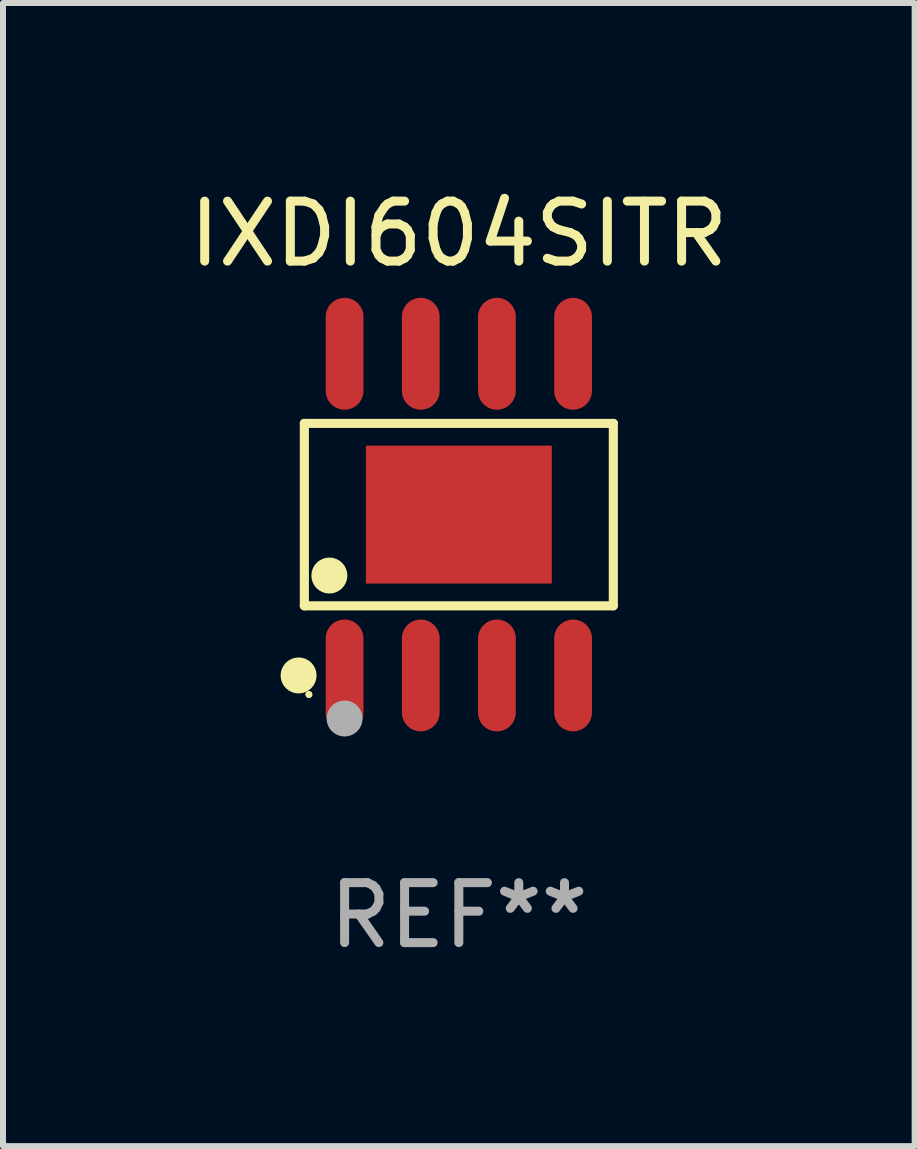
<source format=kicad_pcb>
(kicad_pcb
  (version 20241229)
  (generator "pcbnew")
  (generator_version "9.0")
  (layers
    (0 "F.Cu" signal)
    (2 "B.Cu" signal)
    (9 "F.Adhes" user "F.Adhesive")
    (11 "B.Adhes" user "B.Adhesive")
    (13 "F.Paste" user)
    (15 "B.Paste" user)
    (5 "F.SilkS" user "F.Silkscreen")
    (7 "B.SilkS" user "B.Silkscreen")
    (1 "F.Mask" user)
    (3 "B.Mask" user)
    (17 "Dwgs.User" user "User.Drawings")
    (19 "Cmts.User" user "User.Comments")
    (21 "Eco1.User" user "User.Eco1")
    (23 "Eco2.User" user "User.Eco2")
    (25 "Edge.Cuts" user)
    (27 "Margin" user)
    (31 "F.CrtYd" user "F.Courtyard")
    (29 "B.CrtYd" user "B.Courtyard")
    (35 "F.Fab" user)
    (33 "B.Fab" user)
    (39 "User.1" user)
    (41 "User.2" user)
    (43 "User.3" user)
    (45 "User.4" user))
  (footprint "IXDI604SITR"
    (layer "F.Cu")
    (at 4.601 5.531)
    (property "Reference" "IXDI604SITR" (at 0 -4.682 0) (layer "F.SilkS") (effects (font (size 1 1) (thickness 0.15))))
    (attr through_hole)
    (fp_line (start -2.576 -1.521) (end 2.576 -1.521) (stroke (width 0.152) (type solid)) (layer "F.SilkS"))
    (fp_line (start -2.576 1.521) (end -2.576 -1.521) (stroke (width 0.152) (type solid)) (layer "F.SilkS"))
    (fp_line (start 2.576 -1.521) (end 2.576 1.521) (stroke (width 0.152) (type solid)) (layer "F.SilkS"))
    (fp_line (start 2.576 1.521) (end -2.576 1.521) (stroke (width 0.152) (type solid)) (layer "F.SilkS"))
    (fp_circle (center -2.672 2.682) (end -2.522 2.682) (stroke (width 0.3) (type solid)) (fill no) (layer "F.SilkS"))
    (fp_circle (center -2.5 3) (end -2.47 3) (stroke (width 0.06) (type solid)) (fill no) (layer "F.SilkS"))
    (fp_circle (center -2.159 1.016) (end -2.009 1.016) (stroke (width 0.3) (type solid)) (fill no) (layer "F.SilkS"))
    (fp_circle (center -1.905 3.4) (end -1.755 3.4) (stroke (width 0.3) (type solid)) (fill no) (layer "F.Fab"))
    (fp_text user "REF**" (at 0 6.682 0) (layer "F.Fab") (effects (font (size 1 1) (thickness 0.15))))
    (pad "1" smd oval (at -1.905 2.682) (size 0.63 1.865) (layers "F.Cu" "F.Mask" "F.Paste"))
    (pad "2" smd oval (at -0.635 2.682) (size 0.63 1.865) (layers "F.Cu" "F.Mask" "F.Paste"))
    (pad "3" smd oval (at 0.635 2.682) (size 0.63 1.865) (layers "F.Cu" "F.Mask" "F.Paste"))
    (pad "4" smd oval (at 1.905 2.682) (size 0.63 1.865) (layers "F.Cu" "F.Mask" "F.Paste"))
    (pad "5" smd oval (at 1.905 -2.682) (size 0.63 1.865) (layers "F.Cu" "F.Mask" "F.Paste"))
    (pad "6" smd oval (at 0.635 -2.682) (size 0.63 1.865) (layers "F.Cu" "F.Mask" "F.Paste"))
    (pad "7" smd oval (at -0.635 -2.682) (size 0.63 1.865) (layers "F.Cu" "F.Mask" "F.Paste"))
    (pad "8" smd oval (at -1.905 -2.682) (size 0.63 1.865) (layers "F.Cu" "F.Mask" "F.Paste"))
    (pad "9" smd rect (at 0 0) (size 3.1 2.3) (layers "F.Cu" "F.Mask" "F.Paste")))
  (gr_rect
    (start -3 -3)
    (end 12.202 16.061)
    (stroke (width 0.1) (type default))
    (fill no)
    (layer "Edge.Cuts")))
</source>
